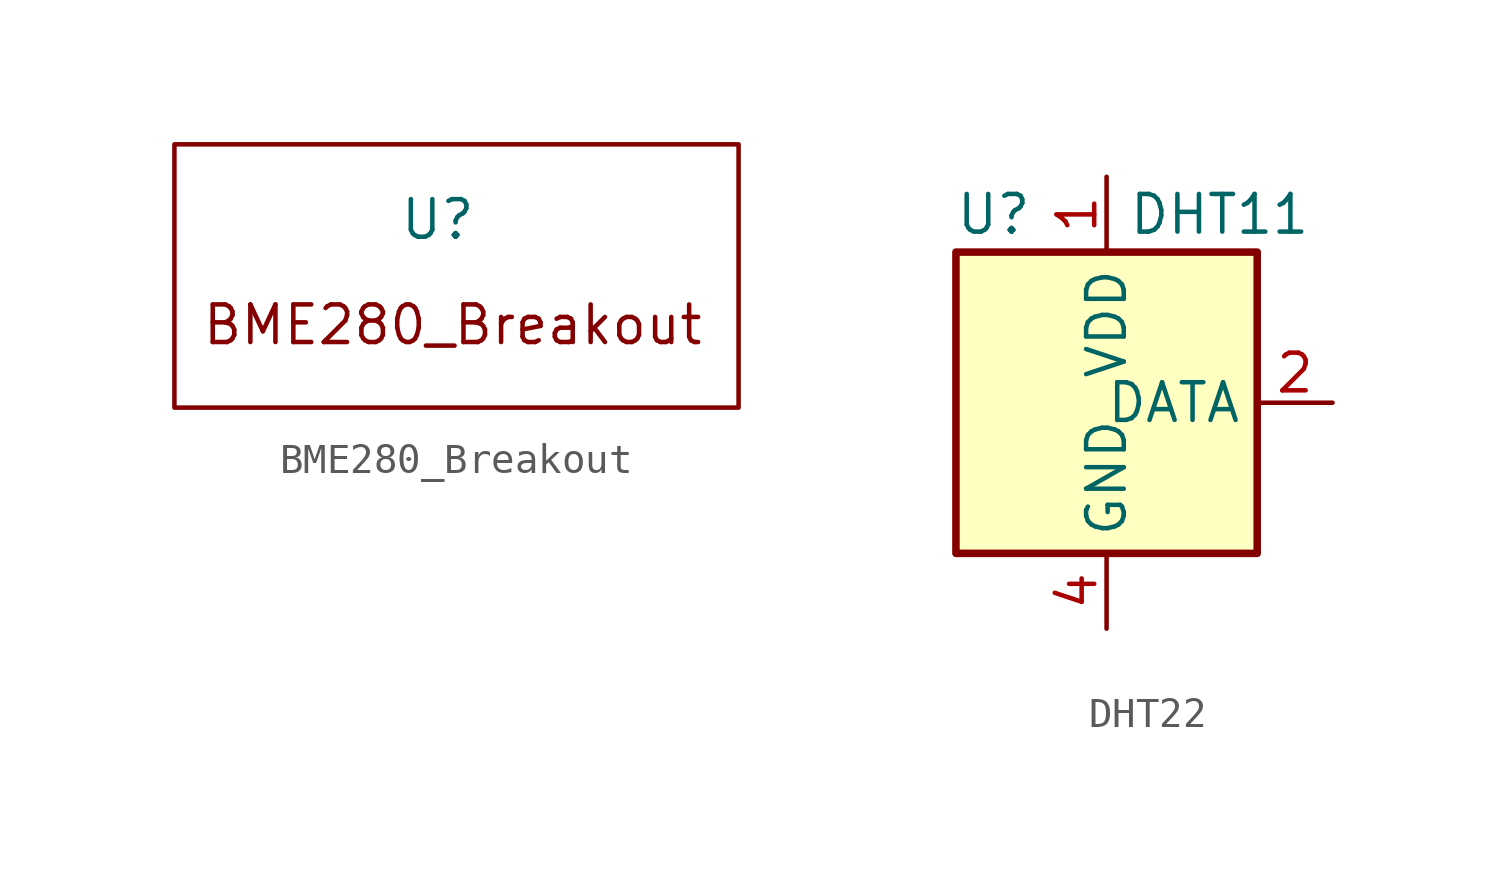
<source format=kicad_sym>
(kicad_symbol_lib
  (version 20231120)
  (generator "kicad_symbol_editor")
  (generator_version "8.0")
  (symbol "BME280_Breakout"
    (property "Reference" "U"
      (at 0 0 0)
      (effects (font (size 1.27 1.27))))
    (property "Value" ""
      (at 0 0 0)
      (effects (font (size 1.27 1.27))))
    (symbol "BME280_Breakout_0_1"
      (rectangle (start -8.89 2.54) (end 10.16 -6.35) (stroke (width 0) (type default)) (fill (type none))))
    (symbol "BME280_Breakout_1_1"
      (text "BME280_Breakout" (at 0.508 -3.556 0) (effects (font (size 1.27 1.27))))))
  (symbol "DHT22"
    (property "Reference" "U"
      (at -3.81 6.35 0)
      (effects (font (size 1.27 1.27))))
    (property "Value" "DHT11"
      (at 3.81 6.35 0)
      (effects (font (size 1.27 1.27))))
    (symbol "DHT22_0_1"
      (rectangle (start -5.08 5.08) (end 5.08 -5.08) (stroke (width 0.254) (type default)) (fill (type background))))
    (symbol "DHT22_1_1"
      (pin power_in line (at 0 7.62 270) (length 2.54) (name "VDD" (effects (font (size 1.27 1.27)))) (number "1" (effects (font (size 1.27 1.27)))))
      (pin bidirectional line (at 7.62 0 180) (length 2.54) (name "DATA" (effects (font (size 1.27 1.27)))) (number "2" (effects (font (size 1.27 1.27)))))
      (pin no_connect line (at -5.08 0 0) (length 2.54) hide (name "NC" (effects (font (size 1.27 1.27)))) (number "3" (effects (font (size 1.27 1.27)))))
      (pin power_in line (at 0 -7.62 90) (length 2.54) (name "GND" (effects (font (size 1.27 1.27)))) (number "4" (effects (font (size 1.27 1.27))))))))
</source>
